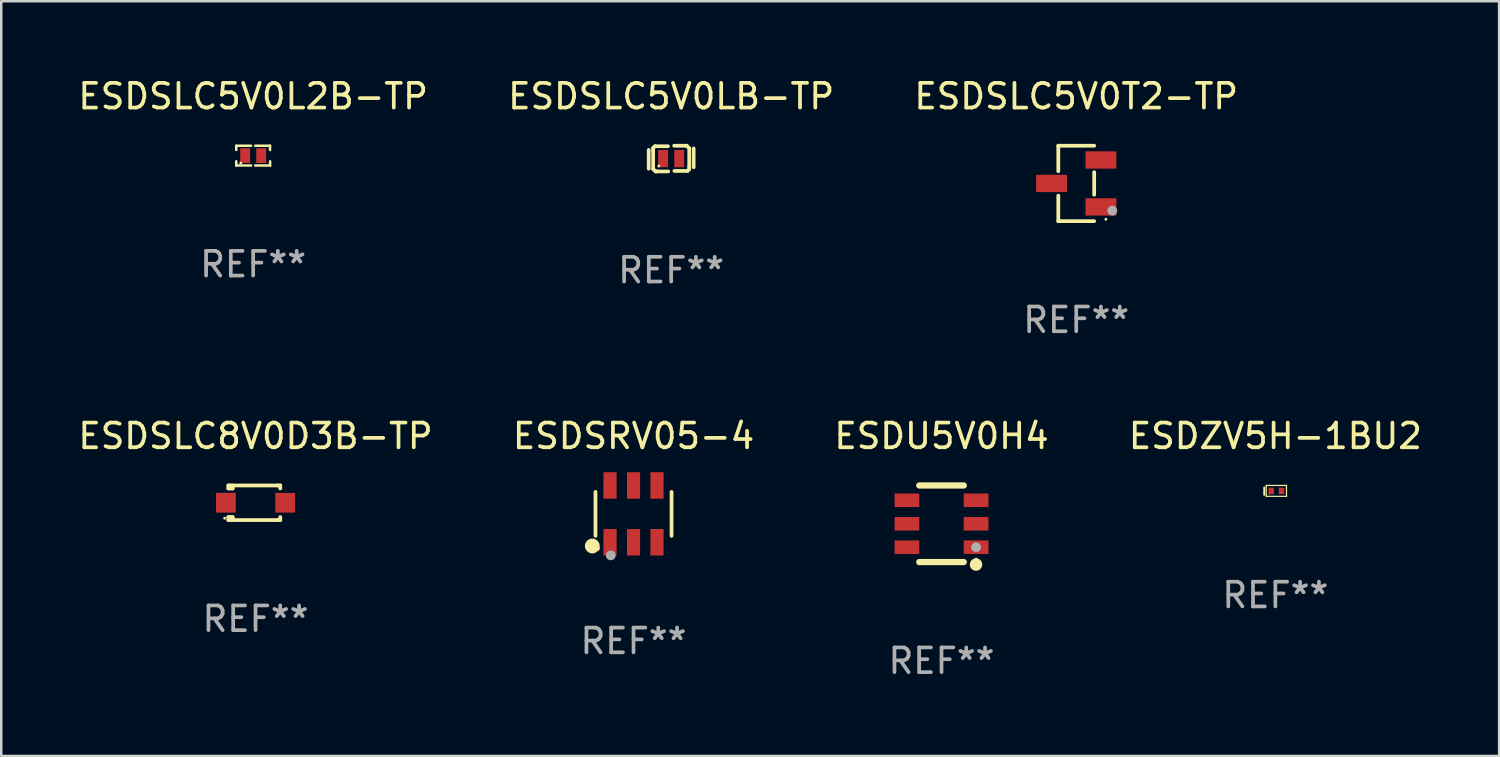
<source format=kicad_pcb>
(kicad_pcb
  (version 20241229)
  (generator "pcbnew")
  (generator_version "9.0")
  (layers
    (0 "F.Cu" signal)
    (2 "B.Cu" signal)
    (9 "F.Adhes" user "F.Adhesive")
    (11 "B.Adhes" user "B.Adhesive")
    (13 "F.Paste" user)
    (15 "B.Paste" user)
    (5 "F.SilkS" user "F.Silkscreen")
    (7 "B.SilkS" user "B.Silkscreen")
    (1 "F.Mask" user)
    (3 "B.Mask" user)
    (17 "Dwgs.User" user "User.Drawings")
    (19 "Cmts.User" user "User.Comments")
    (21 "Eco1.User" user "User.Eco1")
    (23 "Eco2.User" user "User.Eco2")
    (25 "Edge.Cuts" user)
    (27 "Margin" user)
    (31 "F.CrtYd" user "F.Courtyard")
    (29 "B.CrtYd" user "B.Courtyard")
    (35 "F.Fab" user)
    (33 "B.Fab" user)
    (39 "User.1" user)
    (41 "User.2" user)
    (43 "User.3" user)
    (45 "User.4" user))
  (footprint "ESDSLC8V0D3B-TP"
    (layer "F.Cu")
    (at 7.292 17.297)
    (property "Reference" "ESDSLC8V0D3B-TP" (at 0 -2.7 0) (layer "F.SilkS") (effects (font (size 1 1) (thickness 0.15))))
    (attr through_hole)
    (fp_line (start -1.1 -0.7) (end -1.1 -0.58) (stroke (width 0.152) (type solid)) (layer "F.SilkS"))
    (fp_line (start -1.1 0.58) (end -1.1 0.7) (stroke (width 0.152) (type solid)) (layer "F.SilkS"))
    (fp_line (start -1.1 0.58) (end -0.927 0.58) (stroke (width 0.152) (type solid)) (layer "F.SilkS"))
    (fp_line (start -1.1 0.7) (end 0.9 0.7) (stroke (width 0.152) (type solid)) (layer "F.SilkS"))
    (fp_line (start -1.014 -0.58) (end -1.014 -0.7) (stroke (width 0.152) (type solid)) (layer "F.SilkS"))
    (fp_line (start -1.014 0.7) (end -1.014 0.58) (stroke (width 0.152) (type solid)) (layer "F.SilkS"))
    (fp_line (start -0.927 -0.7) (end -0.927 -0.58) (stroke (width 0.152) (type solid)) (layer "F.SilkS"))
    (fp_line (start -0.927 -0.58) (end -1.1 -0.58) (stroke (width 0.152) (type solid)) (layer "F.SilkS"))
    (fp_line (start -0.927 0.58) (end -0.927 0.7) (stroke (width 0.152) (type solid)) (layer "F.SilkS"))
    (fp_line (start 0.9 -0.7) (end -1.1 -0.7) (stroke (width 0.152) (type solid)) (layer "F.SilkS"))
    (fp_line (start 0.9 0.7) (end 1 0.7) (stroke (width 0.152) (type solid)) (layer "F.SilkS"))
    (fp_line (start 1 -0.7) (end 0.9 -0.7) (stroke (width 0.152) (type solid)) (layer "F.SilkS"))
    (fp_line (start 1 -0.58) (end 1 -0.7) (stroke (width 0.152) (type solid)) (layer "F.SilkS"))
    (fp_line (start 1 0.7) (end 1 0.58) (stroke (width 0.152) (type solid)) (layer "F.SilkS"))
    (fp_circle (center -1.25 0.625) (end -1.22 0.625) (stroke (width 0.06) (type solid)) (fill no) (layer "F.SilkS"))
    (fp_text user "REF**" (at 0 4.7 0) (layer "F.Fab") (effects (font (size 1 1) (thickness 0.15))))
    (pad "1" smd rect (at -1.2 0) (size 0.8 0.8) (layers "F.Cu" "F.Mask" "F.Paste"))
    (pad "2" smd rect (at 1.2 0) (size 0.8 0.8) (layers "F.Cu" "F.Mask" "F.Paste")))
  (footprint "ESDSRV05-4"
    (layer "F.Cu")
    (at 22.589 17.746)
    (property "Reference" "ESDSRV05-4" (at 0 -3.149 0) (layer "F.SilkS") (effects (font (size 1 1) (thickness 0.15))))
    (attr through_hole)
    (fp_line (start -1.539 0.889) (end -1.539 -0.889) (stroke (width 0.152) (type solid)) (layer "F.SilkS"))
    (fp_line (start 1.539 0.889) (end 1.539 -0.889) (stroke (width 0.152) (type solid)) (layer "F.SilkS"))
    (fp_circle (center -1.668 1.301) (end -1.518 1.301) (stroke (width 0.3) (type solid)) (fill no) (layer "F.SilkS"))
    (fp_circle (center -1.463 1.4) (end -1.413 1.4) (stroke (width 0.1) (type solid)) (fill no) (layer "F.SilkS"))
    (fp_circle (center -0.92 1.68) (end -0.82 1.68) (stroke (width 0.2) (type solid)) (fill no) (layer "F.Fab"))
    (fp_text user "REF**" (at 0 5.149 0) (layer "F.Fab") (effects (font (size 1 1) (thickness 0.15))))
    (pad "1" smd rect (at -0.95 1.149) (size 0.532 1.072) (layers "F.Cu" "F.Mask" "F.Paste"))
    (pad "2" smd rect (at 0 1.149) (size 0.532 1.072) (layers "F.Cu" "F.Mask" "F.Paste"))
    (pad "3" smd rect (at 0.95 1.149) (size 0.532 1.072) (layers "F.Cu" "F.Mask" "F.Paste"))
    (pad "4" smd rect (at 0.95 -1.149) (size 0.532 1.072) (layers "F.Cu" "F.Mask" "F.Paste"))
    (pad "5" smd rect (at 0 -1.149) (size 0.532 1.072) (layers "F.Cu" "F.Mask" "F.Paste"))
    (pad "6" smd rect (at -0.95 -1.149) (size 0.532 1.072) (layers "F.Cu" "F.Mask" "F.Paste")))
  (footprint "ESDSLC5V0LB-TP"
    (layer "F.Cu")
    (at 24.113 3.368)
    (property "Reference" "ESDSLC5V0LB-TP" (at 0 -2.52 0) (layer "F.SilkS") (effects (font (size 1 1) (thickness 0.15))))
    (attr through_hole)
    (fp_line (start -0.91 0.41) (end -0.91 -0.35) (stroke (width 0.15) (type solid)) (layer "F.SilkS"))
    (fp_line (start -0.73 -0.43) (end -0.66 -0.5) (stroke (width 0.15) (type solid)) (layer "F.SilkS"))
    (fp_line (start -0.73 -0.32) (end -0.73 -0.43) (stroke (width 0.15) (type solid)) (layer "F.SilkS"))
    (fp_line (start -0.73 0.42) (end -0.73 -0.32) (stroke (width 0.15) (type solid)) (layer "F.SilkS"))
    (fp_line (start -0.66 -0.5) (end -0.13 -0.5) (stroke (width 0.15) (type solid)) (layer "F.SilkS"))
    (fp_line (start -0.63 0.52) (end -0.73 0.42) (stroke (width 0.15) (type solid)) (layer "F.SilkS"))
    (fp_line (start -0.6 0.52) (end -0.63 0.52) (stroke (width 0.15) (type solid)) (layer "F.SilkS"))
    (fp_line (start -0.12 0.52) (end -0.6 0.52) (stroke (width 0.15) (type solid)) (layer "F.SilkS"))
    (fp_line (start 0.12 -0.52) (end 0.6 -0.52) (stroke (width 0.15) (type solid)) (layer "F.SilkS"))
    (fp_line (start 0.6 -0.52) (end 0.63 -0.52) (stroke (width 0.15) (type solid)) (layer "F.SilkS"))
    (fp_line (start 0.63 -0.52) (end 0.73 -0.42) (stroke (width 0.15) (type solid)) (layer "F.SilkS"))
    (fp_line (start 0.66 0.5) (end 0.13 0.5) (stroke (width 0.15) (type solid)) (layer "F.SilkS"))
    (fp_line (start 0.73 -0.42) (end 0.73 0.32) (stroke (width 0.15) (type solid)) (layer "F.SilkS"))
    (fp_line (start 0.73 0.32) (end 0.73 0.43) (stroke (width 0.15) (type solid)) (layer "F.SilkS"))
    (fp_line (start 0.73 0.43) (end 0.66 0.5) (stroke (width 0.15) (type solid)) (layer "F.SilkS"))
    (fp_line (start 0.91 -0.41) (end 0.91 0.35) (stroke (width 0.15) (type solid)) (layer "F.SilkS"))
    (fp_circle (center -0.5 0.3) (end -0.47 0.3) (stroke (width 0.06) (type solid)) (fill no) (layer "F.SilkS"))
    (fp_text user "REF**" (at 0 4.52 0) (layer "F.Fab") (effects (font (size 1 1) (thickness 0.15))))
    (pad "1" smd rect (at -0.325 0.000013) (size 0.4 0.7) (layers "F.Cu" "F.Mask" "F.Paste"))
    (pad "2" smd rect (at 0.325 0.000013) (size 0.4 0.7) (layers "F.Cu" "F.Mask" "F.Paste")))
  (footprint "ESDSLC5V0L2B-TP"
    (layer "F.Cu")
    (at 7.196 3.248)
    (property "Reference" "ESDSLC5V0L2B-TP" (at 0 -2.4 0) (layer "F.SilkS") (effects (font (size 1 1) (thickness 0.15))))
    (attr through_hole)
    (fp_line (start -0.685 -0.4) (end -0.685 -0.23) (stroke (width 0.102) (type solid)) (layer "F.SilkS"))
    (fp_line (start -0.685 0.4) (end -0.685 0.23) (stroke (width 0.102) (type solid)) (layer "F.SilkS"))
    (fp_line (start -0.085 -0.4) (end -0.685 -0.4) (stroke (width 0.102) (type solid)) (layer "F.SilkS"))
    (fp_line (start -0.085 0.4) (end -0.685 0.4) (stroke (width 0.102) (type solid)) (layer "F.SilkS"))
    (fp_line (start 0.082 -0.4) (end 0.682 -0.4) (stroke (width 0.102) (type solid)) (layer "F.SilkS"))
    (fp_line (start 0.085 0.4) (end 0.685 0.4) (stroke (width 0.102) (type solid)) (layer "F.SilkS"))
    (fp_line (start 0.682 -0.4) (end 0.682 -0.23) (stroke (width 0.102) (type solid)) (layer "F.SilkS"))
    (fp_line (start 0.685 0.4) (end 0.685 0.23) (stroke (width 0.102) (type solid)) (layer "F.SilkS"))
    (fp_circle (center -0.5 0.3) (end -0.47 0.3) (stroke (width 0.06) (type solid)) (fill no) (layer "F.SilkS"))
    (fp_text user "REF**" (at 0 4.4 0) (layer "F.Fab") (effects (font (size 1 1) (thickness 0.15))))
    (pad "1" smd rect (at -0.325 0) (size 0.4 0.6) (layers "F.Cu" "F.Mask" "F.Paste"))
    (pad "2" smd rect (at 0.325 0) (size 0.4 0.6) (layers "F.Cu" "F.Mask" "F.Paste")))
  (footprint "ESDSLC5V0T2-TP"
    (layer "F.Cu")
    (at 40.506 4.374)
    (property "Reference" "ESDSLC5V0T2-TP" (at 0 -3.526 0) (layer "F.SilkS") (effects (font (size 1 1) (thickness 0.15))))
    (attr through_hole)
    (fp_line (start -0.726 -1.526) (end -0.726 -0.495) (stroke (width 0.152) (type solid)) (layer "F.SilkS"))
    (fp_line (start -0.726 1.526) (end -0.726 0.495) (stroke (width 0.152) (type solid)) (layer "F.SilkS"))
    (fp_line (start 0.726 -1.526) (end -0.726 -1.526) (stroke (width 0.152) (type solid)) (layer "F.SilkS"))
    (fp_line (start 0.726 -0.455) (end 0.726 0.455) (stroke (width 0.152) (type solid)) (layer "F.SilkS"))
    (fp_line (start 0.726 1.526) (end -0.726 1.526) (stroke (width 0.152) (type solid)) (layer "F.SilkS"))
    (fp_circle (center 1.2 1.45) (end 1.23 1.45) (stroke (width 0.06) (type solid)) (fill no) (layer "F.SilkS"))
    (fp_circle (center 1.46 1.1) (end 1.56 1.1) (stroke (width 0.2) (type solid)) (fill no) (layer "F.Fab"))
    (fp_text user "REF**" (at 0 5.526 0) (layer "F.Fab") (effects (font (size 1 1) (thickness 0.15))))
    (pad "1" smd rect (at 1 0.95) (size 1.25 0.7) (layers "F.Cu" "F.Mask" "F.Paste"))
    (pad "2" smd rect (at 1 -0.95) (size 1.25 0.7) (layers "F.Cu" "F.Mask" "F.Paste"))
    (pad "3" smd rect (at -1 0) (size 1.25 0.7) (layers "F.Cu" "F.Mask" "F.Paste")))
  (footprint "ESDZV5H-1BU2"
    (layer "F.Cu")
    (at 48.565 16.817)
    (property "Reference" "ESDZV5H-1BU2" (at 0 -2.22 0) (layer "F.SilkS") (effects (font (size 1 1) (thickness 0.15))))
    (attr through_hole)
    (fp_line (start -0.45 -0.14) (end -0.45 0.16) (stroke (width 0.08) (type solid)) (layer "F.SilkS"))
    (fp_line (start -0.37 -0.22) (end 0.45 -0.22) (stroke (width 0.051) (type solid)) (layer "F.SilkS"))
    (fp_line (start -0.37 0.22) (end -0.37 -0.22) (stroke (width 0.051) (type solid)) (layer "F.SilkS"))
    (fp_line (start 0.45 -0.22) (end 0.45 0.22) (stroke (width 0.051) (type solid)) (layer "F.SilkS"))
    (fp_line (start 0.45 0.22) (end -0.37 0.22) (stroke (width 0.051) (type solid)) (layer "F.SilkS"))
    (fp_circle (center -0.25 0.14) (end -0.24 0.14) (stroke (width 0.02) (type solid)) (fill no) (layer "F.SilkS"))
    (fp_text user "REF**" (at 0 4.22 0) (layer "F.Fab") (effects (font (size 1 1) (thickness 0.15))))
    (pad "1" smd rect (at -0.17 0 90) (size 0.26 0.22) (layers "F.Cu" "F.Mask" "F.Paste"))
    (pad "2" smd rect (at 0.25 0 90) (size 0.26 0.22) (layers "F.Cu" "F.Mask" "F.Paste")))
  (footprint "ESDU5V0H4"
    (layer "F.Cu")
    (at 35.054 18.147)
    (property "Reference" "ESDU5V0H4" (at 0 -3.55 0) (layer "F.SilkS") (effects (font (size 1 1) (thickness 0.15))))
    (attr through_hole)
    (fp_line (start -0.9 -1.55) (end 0.9 -1.55) (stroke (width 0.254) (type solid)) (layer "F.SilkS"))
    (fp_line (start -0.9 1.55) (end 0.9 1.55) (stroke (width 0.254) (type solid)) (layer "F.SilkS"))
    (fp_circle (center 1.397 1.651) (end 1.524 1.651) (stroke (width 0.254) (type solid)) (fill no) (layer "F.SilkS"))
    (fp_circle (center 1.4 1.435) (end 1.43 1.435) (stroke (width 0.06) (type solid)) (fill no) (layer "F.SilkS"))
    (fp_circle (center 1.4 0.95) (end 1.5 0.95) (stroke (width 0.2) (type solid)) (fill no) (layer "F.Fab"))
    (fp_text user "REF**" (at 0 5.55 0) (layer "F.Fab") (effects (font (size 1 1) (thickness 0.15))))
    (pad "1" smd rect (at 1.4 0.95) (size 1 0.55) (layers "F.Cu" "F.Mask" "F.Paste"))
    (pad "2" smd rect (at 1.4 -0.000102) (size 1 0.55) (layers "F.Cu" "F.Mask" "F.Paste"))
    (pad "3" smd rect (at 1.4 -0.95) (size 1 0.55) (layers "F.Cu" "F.Mask" "F.Paste"))
    (pad "4" smd rect (at -1.4 -0.95) (size 1 0.55) (layers "F.Cu" "F.Mask" "F.Paste"))
    (pad "5" smd rect (at -1.4 -0.000102) (size 1 0.55) (layers "F.Cu" "F.Mask" "F.Paste"))
    (pad "6" smd rect (at -1.4 0.95) (size 1 0.55) (layers "F.Cu" "F.Mask" "F.Paste")))
  (gr_rect
    (start -3 -3)
    (end 57.619 27.545)
    (stroke (width 0.1) (type default))
    (fill no)
    (layer "Edge.Cuts")))
</source>
